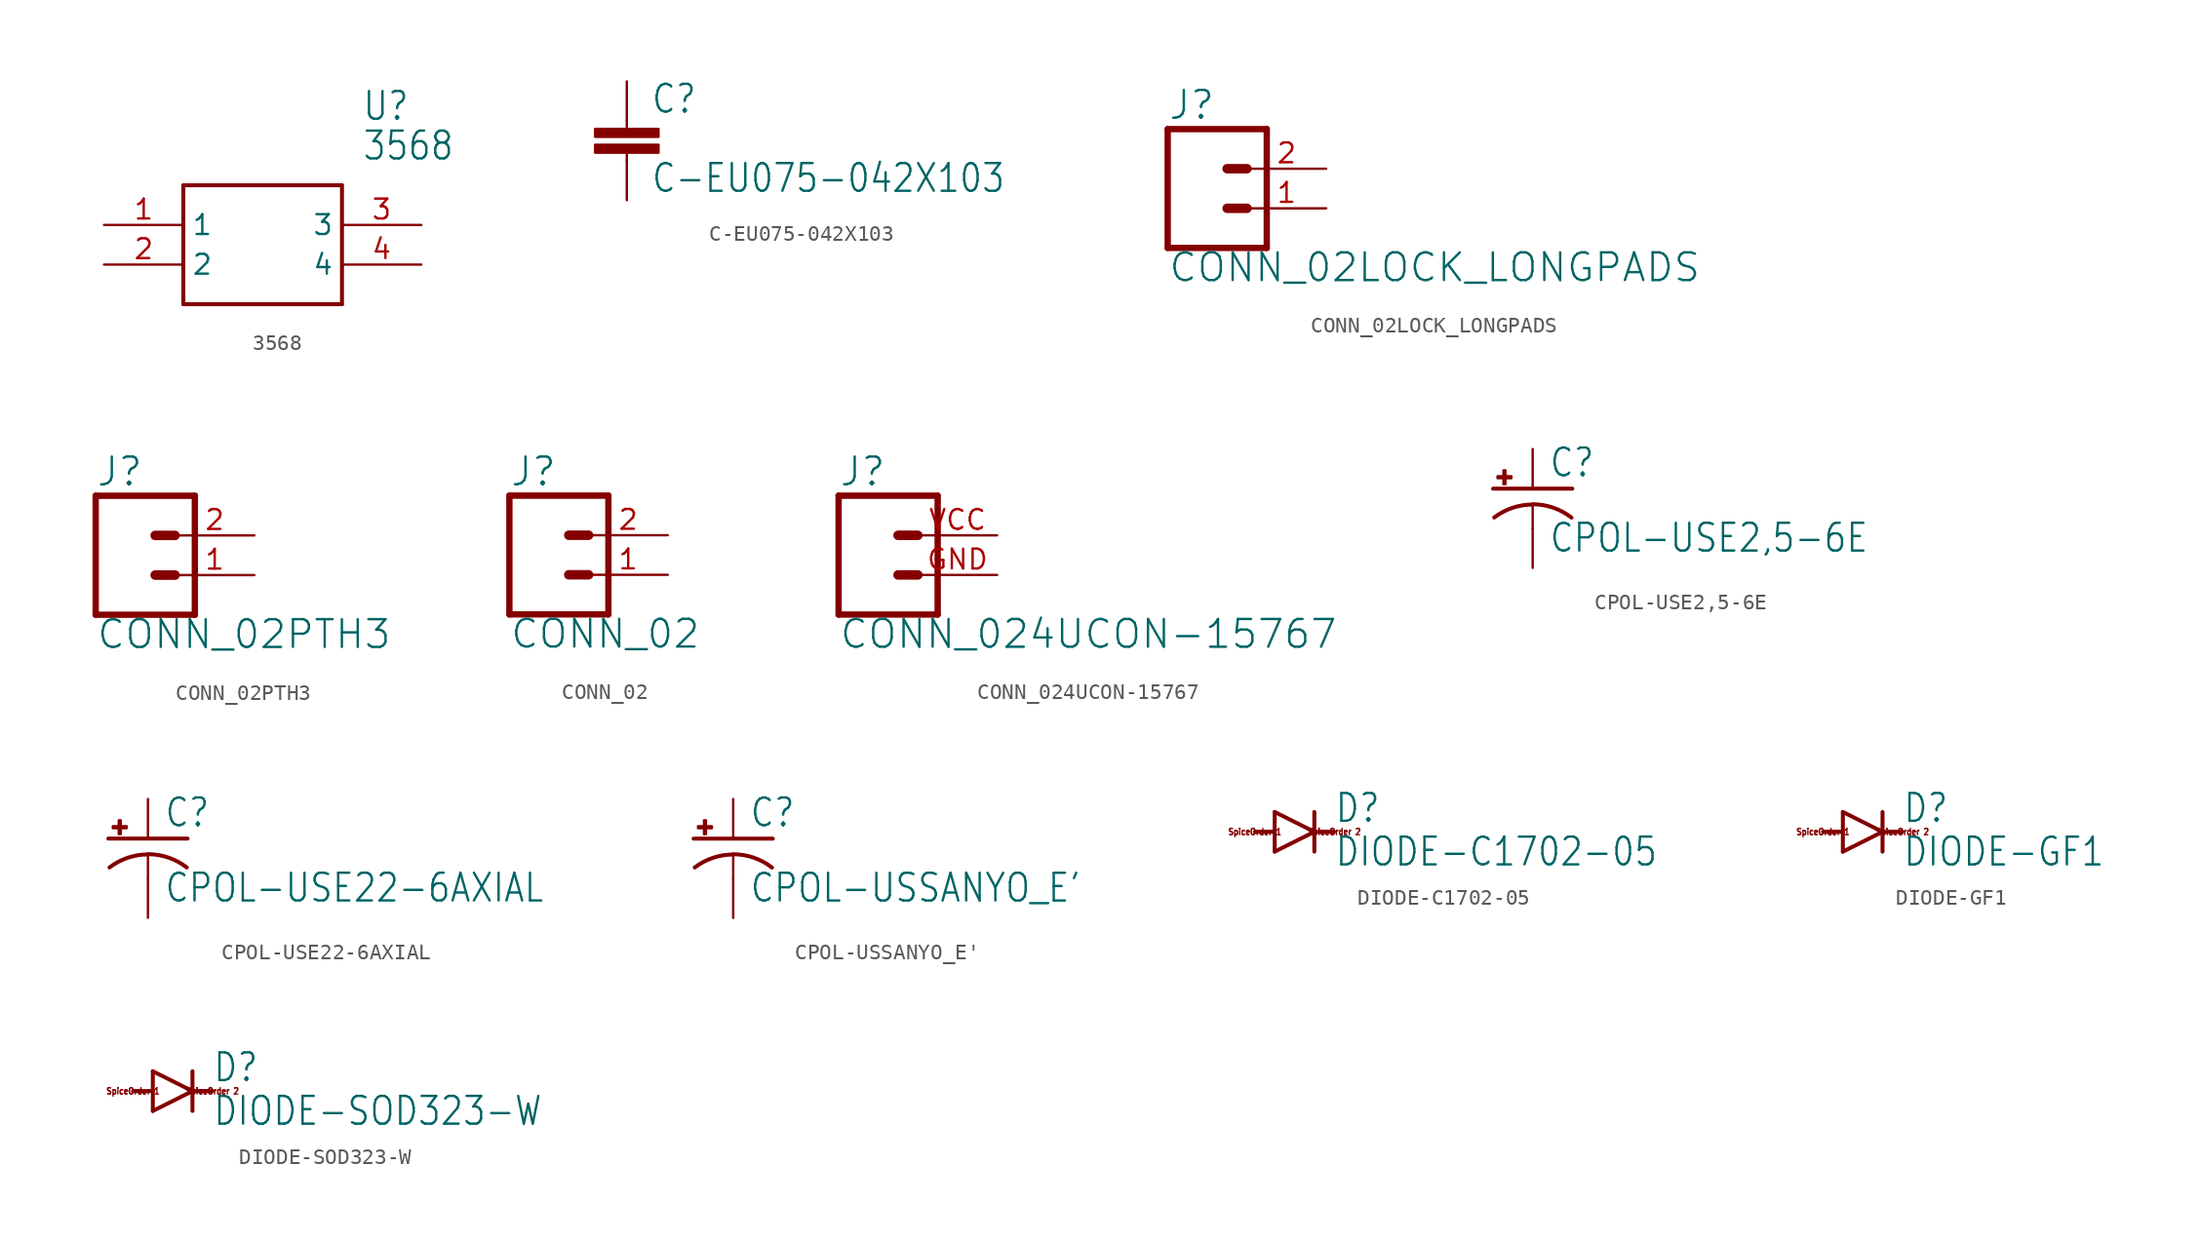
<source format=kicad_sym>
(kicad_symbol_lib
  (version 20211014)
  (generator kicad_symbol_editor)
  (symbol "3568"
    (property "Reference" "U"
      (at 16.51 7.62 0)
      (effects (font (size 1.778 1.511)) (justify left)))
    (property "Value" "3568"
      (at 16.51 5.08 0)
      (effects (font (size 1.778 1.511)) (justify left)))
    (property "ki_locked" ""
      (at 0 0 0)
      (effects (font (size 1.27 1.27))))
    (symbol "3568_1_0"
      (polyline (pts (xy 5.08 2.54) (xy 5.08 -5.08)) (stroke (width 0.254) (type default) (color 0 0 0 0)) (fill (type none)))
      (polyline (pts (xy 5.08 2.54) (xy 15.24 2.54)) (stroke (width 0.254) (type default) (color 0 0 0 0)) (fill (type none)))
      (polyline (pts (xy 15.24 -5.08) (xy 5.08 -5.08)) (stroke (width 0.254) (type default) (color 0 0 0 0)) (fill (type none)))
      (polyline (pts (xy 15.24 -5.08) (xy 15.24 2.54)) (stroke (width 0.254) (type default) (color 0 0 0 0)) (fill (type none)))
      (pin bidirectional line (at 0 0 0) (length 5.08) (name "1" (effects (font (size 1.27 1.27)))) (number "1" (effects (font (size 1.27 1.27)))))
      (pin bidirectional line (at 0 -2.54 0) (length 5.08) (name "2" (effects (font (size 1.27 1.27)))) (number "2" (effects (font (size 1.27 1.27)))))
      (pin bidirectional line (at 20.32 0 180) (length 5.08) (name "3" (effects (font (size 1.27 1.27)))) (number "3" (effects (font (size 1.27 1.27)))))
      (pin bidirectional line (at 20.32 -2.54 180) (length 5.08) (name "4" (effects (font (size 1.27 1.27)))) (number "4" (effects (font (size 1.27 1.27)))))))
  (symbol "C-EU075-042X103"
    (property "Reference" "C"
      (at 1.524 0.381 0)
      (effects (font (size 1.778 1.511)) (justify left bottom)))
    (property "Value" "C-EU075-042X103"
      (at 1.524 -4.699 0)
      (effects (font (size 1.778 1.511)) (justify left bottom)))
    (property "ki_locked" ""
      (at 0 0 0)
      (effects (font (size 1.27 1.27))))
    (symbol "C-EU075-042X103_1_0"
      (rectangle (start -2.032 -2.032) (end 2.032 -1.524) (stroke (width 0) (type default) (color 0 0 0 0)) (fill (type outline)))
      (rectangle (start -2.032 -1.016) (end 2.032 -0.508) (stroke (width 0) (type default) (color 0 0 0 0)) (fill (type outline)))
      (polyline (pts (xy 0 -2.54) (xy 0 -2.032)) (stroke (width 0.152) (type default) (color 0 0 0 0)) (fill (type none)))
      (polyline (pts (xy 0 0) (xy 0 -0.508)) (stroke (width 0.152) (type default) (color 0 0 0 0)) (fill (type none)))
      (pin passive line (at 0 2.54 270) (length 2.54) (name "1" (effects (font (size 0 0)))) (number "1" (effects (font (size 0 0)))))
      (pin passive line (at 0 -5.08 90) (length 2.54) (name "2" (effects (font (size 0 0)))) (number "2" (effects (font (size 0 0)))))))
  (symbol "CONN_02LOCK_LONGPADS"
    (property "Reference" "J"
      (at -2.54 5.588 0)
      (effects (font (size 1.778 1.778)) (justify left bottom)))
    (property "Value" "CONN_02LOCK_LONGPADS"
      (at -2.54 -4.826 0)
      (effects (font (size 1.778 1.778)) (justify left bottom)))
    (property "ki_locked" ""
      (at 0 0 0)
      (effects (font (size 1.27 1.27))))
    (symbol "CONN_02LOCK_LONGPADS_1_0"
      (polyline (pts (xy -2.54 5.08) (xy -2.54 -2.54)) (stroke (width 0.406) (type default) (color 0 0 0 0)) (fill (type none)))
      (polyline (pts (xy -2.54 5.08) (xy 3.81 5.08)) (stroke (width 0.406) (type default) (color 0 0 0 0)) (fill (type none)))
      (polyline (pts (xy 1.27 0) (xy 2.54 0)) (stroke (width 0.61) (type default) (color 0 0 0 0)) (fill (type none)))
      (polyline (pts (xy 1.27 2.54) (xy 2.54 2.54)) (stroke (width 0.61) (type default) (color 0 0 0 0)) (fill (type none)))
      (polyline (pts (xy 3.81 -2.54) (xy -2.54 -2.54)) (stroke (width 0.406) (type default) (color 0 0 0 0)) (fill (type none)))
      (polyline (pts (xy 3.81 -2.54) (xy 3.81 5.08)) (stroke (width 0.406) (type default) (color 0 0 0 0)) (fill (type none)))
      (pin passive line (at 7.62 0 180) (length 5.08) (name "1" (effects (font (size 0 0)))) (number "1" (effects (font (size 1.27 1.27)))))
      (pin passive line (at 7.62 2.54 180) (length 5.08) (name "2" (effects (font (size 0 0)))) (number "2" (effects (font (size 1.27 1.27)))))))
  (symbol "CONN_02PTH3"
    (property "Reference" "J"
      (at -2.54 5.588 0)
      (effects (font (size 1.778 1.778)) (justify left bottom)))
    (property "Value" "CONN_02PTH3"
      (at -2.54 -4.826 0)
      (effects (font (size 1.778 1.778)) (justify left bottom)))
    (property "ki_locked" ""
      (at 0 0 0)
      (effects (font (size 1.27 1.27))))
    (symbol "CONN_02PTH3_1_0"
      (polyline (pts (xy -2.54 5.08) (xy -2.54 -2.54)) (stroke (width 0.406) (type default) (color 0 0 0 0)) (fill (type none)))
      (polyline (pts (xy -2.54 5.08) (xy 3.81 5.08)) (stroke (width 0.406) (type default) (color 0 0 0 0)) (fill (type none)))
      (polyline (pts (xy 1.27 0) (xy 2.54 0)) (stroke (width 0.61) (type default) (color 0 0 0 0)) (fill (type none)))
      (polyline (pts (xy 1.27 2.54) (xy 2.54 2.54)) (stroke (width 0.61) (type default) (color 0 0 0 0)) (fill (type none)))
      (polyline (pts (xy 3.81 -2.54) (xy -2.54 -2.54)) (stroke (width 0.406) (type default) (color 0 0 0 0)) (fill (type none)))
      (polyline (pts (xy 3.81 -2.54) (xy 3.81 5.08)) (stroke (width 0.406) (type default) (color 0 0 0 0)) (fill (type none)))
      (pin passive line (at 7.62 0 180) (length 5.08) (name "1" (effects (font (size 0 0)))) (number "1" (effects (font (size 1.27 1.27)))))
      (pin passive line (at 7.62 2.54 180) (length 5.08) (name "2" (effects (font (size 0 0)))) (number "2" (effects (font (size 1.27 1.27)))))))
  (symbol "CONN_02"
    (property "Reference" "J"
      (at -2.54 5.588 0)
      (effects (font (size 1.778 1.778)) (justify left bottom)))
    (property "Value" "CONN_02"
      (at -2.54 -4.826 0)
      (effects (font (size 1.778 1.778)) (justify left bottom)))
    (property "ki_locked" ""
      (at 0 0 0)
      (effects (font (size 1.27 1.27))))
    (symbol "CONN_02_1_0"
      (polyline (pts (xy -2.54 5.08) (xy -2.54 -2.54)) (stroke (width 0.406) (type default) (color 0 0 0 0)) (fill (type none)))
      (polyline (pts (xy -2.54 5.08) (xy 3.81 5.08)) (stroke (width 0.406) (type default) (color 0 0 0 0)) (fill (type none)))
      (polyline (pts (xy 1.27 0) (xy 2.54 0)) (stroke (width 0.61) (type default) (color 0 0 0 0)) (fill (type none)))
      (polyline (pts (xy 1.27 2.54) (xy 2.54 2.54)) (stroke (width 0.61) (type default) (color 0 0 0 0)) (fill (type none)))
      (polyline (pts (xy 3.81 -2.54) (xy -2.54 -2.54)) (stroke (width 0.406) (type default) (color 0 0 0 0)) (fill (type none)))
      (polyline (pts (xy 3.81 -2.54) (xy 3.81 5.08)) (stroke (width 0.406) (type default) (color 0 0 0 0)) (fill (type none)))
      (pin passive line (at 7.62 0 180) (length 5.08) (name "1" (effects (font (size 0 0)))) (number "1" (effects (font (size 1.27 1.27)))))
      (pin passive line (at 7.62 2.54 180) (length 5.08) (name "2" (effects (font (size 0 0)))) (number "2" (effects (font (size 1.27 1.27)))))))
  (symbol "CONN_024UCON-15767"
    (property "Reference" "J"
      (at -2.54 5.588 0)
      (effects (font (size 1.778 1.778)) (justify left bottom)))
    (property "Value" "CONN_024UCON-15767"
      (at -2.54 -4.826 0)
      (effects (font (size 1.778 1.778)) (justify left bottom)))
    (property "ki_locked" ""
      (at 0 0 0)
      (effects (font (size 1.27 1.27))))
    (symbol "CONN_024UCON-15767_1_0"
      (polyline (pts (xy -2.54 5.08) (xy -2.54 -2.54)) (stroke (width 0.406) (type default) (color 0 0 0 0)) (fill (type none)))
      (polyline (pts (xy -2.54 5.08) (xy 3.81 5.08)) (stroke (width 0.406) (type default) (color 0 0 0 0)) (fill (type none)))
      (polyline (pts (xy 1.27 0) (xy 2.54 0)) (stroke (width 0.61) (type default) (color 0 0 0 0)) (fill (type none)))
      (polyline (pts (xy 1.27 2.54) (xy 2.54 2.54)) (stroke (width 0.61) (type default) (color 0 0 0 0)) (fill (type none)))
      (polyline (pts (xy 3.81 -2.54) (xy -2.54 -2.54)) (stroke (width 0.406) (type default) (color 0 0 0 0)) (fill (type none)))
      (polyline (pts (xy 3.81 -2.54) (xy 3.81 5.08)) (stroke (width 0.406) (type default) (color 0 0 0 0)) (fill (type none)))
      (pin passive line (at 7.62 0 180) (length 5.08) (name "1" (effects (font (size 0 0)))) (number "GND" (effects (font (size 1.27 1.27)))))
      (pin passive line (at 7.62 2.54 180) (length 5.08) (name "2" (effects (font (size 0 0)))) (number "VCC" (effects (font (size 1.27 1.27)))))))
  (symbol "CPOL-USE2,5-6E"
    (property "Reference" "C"
      (at 1.016 0.635 0)
      (effects (font (size 1.778 1.511)) (justify left bottom)))
    (property "Value" "CPOL-USE2,5-6E"
      (at 1.016 -4.191 0)
      (effects (font (size 1.778 1.511)) (justify left bottom)))
    (property "ki_locked" ""
      (at 0 0 0)
      (effects (font (size 1.27 1.27))))
    (symbol "CPOL-USE2,5-6E_1_0"
      (rectangle (start -2.253 0.668) (end -1.364 0.795) (stroke (width 0) (type default) (color 0 0 0 0)) (fill (type outline)))
      (rectangle (start -1.872 0.287) (end -1.745 1.176) (stroke (width 0) (type default) (color 0 0 0 0)) (fill (type outline)))
      (arc (start 0 -1.0161) (mid -1.3021 -1.2302) (end -2.4669 -1.8504) (stroke (width 0.254) (type default) (color 0 0 0 0)) (fill (type none)))
      (polyline (pts (xy -2.54 0) (xy 2.54 0)) (stroke (width 0.254) (type default) (color 0 0 0 0)) (fill (type none)))
      (polyline (pts (xy 0 -1.016) (xy 0 -2.54)) (stroke (width 0.152) (type default) (color 0 0 0 0)) (fill (type none)))
      (arc (start 2.4892 -1.8542) (mid 1.3158 -1.2195) (end 0 -1) (stroke (width 0.254) (type default) (color 0 0 0 0)) (fill (type none)))
      (pin passive line (at 0 2.54 270) (length 2.54) (name "+" (effects (font (size 0 0)))) (number "+" (effects (font (size 0 0)))))
      (pin passive line (at 0 -5.08 90) (length 2.54) (name "-" (effects (font (size 0 0)))) (number "-" (effects (font (size 0 0)))))))
  (symbol "CPOL-USE22-6AXIAL"
    (property "Reference" "C"
      (at 1.016 0.635 0)
      (effects (font (size 1.778 1.511)) (justify left bottom)))
    (property "Value" "CPOL-USE22-6AXIAL"
      (at 1.016 -4.191 0)
      (effects (font (size 1.778 1.511)) (justify left bottom)))
    (property "ki_locked" ""
      (at 0 0 0)
      (effects (font (size 1.27 1.27))))
    (symbol "CPOL-USE22-6AXIAL_1_0"
      (rectangle (start -2.253 0.668) (end -1.364 0.795) (stroke (width 0) (type default) (color 0 0 0 0)) (fill (type outline)))
      (rectangle (start -1.872 0.287) (end -1.745 1.176) (stroke (width 0) (type default) (color 0 0 0 0)) (fill (type outline)))
      (arc (start 0 -1.0161) (mid -1.3021 -1.2302) (end -2.4669 -1.8504) (stroke (width 0.254) (type default) (color 0 0 0 0)) (fill (type none)))
      (polyline (pts (xy -2.54 0) (xy 2.54 0)) (stroke (width 0.254) (type default) (color 0 0 0 0)) (fill (type none)))
      (polyline (pts (xy 0 -1.016) (xy 0 -2.54)) (stroke (width 0.152) (type default) (color 0 0 0 0)) (fill (type none)))
      (arc (start 2.4892 -1.8542) (mid 1.3158 -1.2195) (end 0 -1) (stroke (width 0.254) (type default) (color 0 0 0 0)) (fill (type none)))
      (pin passive line (at 0 2.54 270) (length 2.54) (name "+" (effects (font (size 0 0)))) (number "+" (effects (font (size 0 0)))))
      (pin passive line (at 0 -5.08 90) (length 2.54) (name "-" (effects (font (size 0 0)))) (number "-" (effects (font (size 0 0)))))))
  (symbol "CPOL-USSANYO_E'"
    (property "Reference" "C"
      (at 1.016 0.635 0)
      (effects (font (size 1.778 1.511)) (justify left bottom)))
    (property "Value" "CPOL-USSANYO_E'"
      (at 1.016 -4.191 0)
      (effects (font (size 1.778 1.511)) (justify left bottom)))
    (property "ki_locked" ""
      (at 0 0 0)
      (effects (font (size 1.27 1.27))))
    (symbol "CPOL-USSANYO_E'_1_0"
      (rectangle (start -2.253 0.668) (end -1.364 0.795) (stroke (width 0) (type default) (color 0 0 0 0)) (fill (type outline)))
      (rectangle (start -1.872 0.287) (end -1.745 1.176) (stroke (width 0) (type default) (color 0 0 0 0)) (fill (type outline)))
      (arc (start 0 -1.0161) (mid -1.3021 -1.2302) (end -2.4669 -1.8504) (stroke (width 0.254) (type default) (color 0 0 0 0)) (fill (type none)))
      (polyline (pts (xy -2.54 0) (xy 2.54 0)) (stroke (width 0.254) (type default) (color 0 0 0 0)) (fill (type none)))
      (polyline (pts (xy 0 -1.016) (xy 0 -2.54)) (stroke (width 0.152) (type default) (color 0 0 0 0)) (fill (type none)))
      (arc (start 2.4892 -1.8542) (mid 1.3158 -1.2195) (end 0 -1) (stroke (width 0.254) (type default) (color 0 0 0 0)) (fill (type none)))
      (pin passive line (at 0 2.54 270) (length 2.54) (name "+" (effects (font (size 0 0)))) (number "+" (effects (font (size 0 0)))))
      (pin passive line (at 0 -5.08 90) (length 2.54) (name "-" (effects (font (size 0 0)))) (number "-" (effects (font (size 0 0)))))))
  (symbol "DIODE-C1702-05"
    (property "Reference" "D"
      (at 2.54 0.483 0)
      (effects (font (size 1.778 1.511)) (justify left bottom)))
    (property "Value" "DIODE-C1702-05"
      (at 2.54 -2.311 0)
      (effects (font (size 1.778 1.511)) (justify left bottom)))
    (property "ki_locked" ""
      (at 0 0 0)
      (effects (font (size 1.27 1.27))))
    (symbol "DIODE-C1702-05_1_0"
      (polyline (pts (xy -1.27 -1.27) (xy 1.27 0)) (stroke (width 0.254) (type default) (color 0 0 0 0)) (fill (type none)))
      (polyline (pts (xy -1.27 0) (xy -2.54 0)) (stroke (width 0.254) (type default) (color 0 0 0 0)) (fill (type none)))
      (polyline (pts (xy -1.27 0) (xy -1.27 -1.27)) (stroke (width 0.254) (type default) (color 0 0 0 0)) (fill (type none)))
      (polyline (pts (xy -1.27 1.27) (xy -1.27 0)) (stroke (width 0.254) (type default) (color 0 0 0 0)) (fill (type none)))
      (polyline (pts (xy 1.27 0) (xy -1.27 1.27)) (stroke (width 0.254) (type default) (color 0 0 0 0)) (fill (type none)))
      (polyline (pts (xy 1.27 0) (xy 1.27 -1.27)) (stroke (width 0.254) (type default) (color 0 0 0 0)) (fill (type none)))
      (polyline (pts (xy 1.27 1.27) (xy 1.27 0)) (stroke (width 0.254) (type default) (color 0 0 0 0)) (fill (type none)))
      (polyline (pts (xy 2.54 0) (xy 1.27 0)) (stroke (width 0.254) (type default) (color 0 0 0 0)) (fill (type none)))
      (text "SpiceOrder 1" (at -2.54 0 0) (effects (font (size 0.406 0.345))))
      (text "SpiceOrder 2" (at 2.54 0 0) (effects (font (size 0.406 0.345))))
      (pin passive line (at -2.54 0 0) (length 0) (name "A" (effects (font (size 0 0)))) (number "A" (effects (font (size 0 0)))))
      (pin passive line (at 2.54 0 180) (length 0) (name "C" (effects (font (size 0 0)))) (number "C" (effects (font (size 0 0)))))))
  (symbol "DIODE-GF1"
    (property "Reference" "D"
      (at 2.54 0.483 0)
      (effects (font (size 1.778 1.511)) (justify left bottom)))
    (property "Value" "DIODE-GF1"
      (at 2.54 -2.311 0)
      (effects (font (size 1.778 1.511)) (justify left bottom)))
    (property "ki_locked" ""
      (at 0 0 0)
      (effects (font (size 1.27 1.27))))
    (symbol "DIODE-GF1_1_0"
      (polyline (pts (xy -1.27 -1.27) (xy 1.27 0)) (stroke (width 0.254) (type default) (color 0 0 0 0)) (fill (type none)))
      (polyline (pts (xy -1.27 0) (xy -2.54 0)) (stroke (width 0.254) (type default) (color 0 0 0 0)) (fill (type none)))
      (polyline (pts (xy -1.27 0) (xy -1.27 -1.27)) (stroke (width 0.254) (type default) (color 0 0 0 0)) (fill (type none)))
      (polyline (pts (xy -1.27 1.27) (xy -1.27 0)) (stroke (width 0.254) (type default) (color 0 0 0 0)) (fill (type none)))
      (polyline (pts (xy 1.27 0) (xy -1.27 1.27)) (stroke (width 0.254) (type default) (color 0 0 0 0)) (fill (type none)))
      (polyline (pts (xy 1.27 0) (xy 1.27 -1.27)) (stroke (width 0.254) (type default) (color 0 0 0 0)) (fill (type none)))
      (polyline (pts (xy 1.27 1.27) (xy 1.27 0)) (stroke (width 0.254) (type default) (color 0 0 0 0)) (fill (type none)))
      (polyline (pts (xy 2.54 0) (xy 1.27 0)) (stroke (width 0.254) (type default) (color 0 0 0 0)) (fill (type none)))
      (text "SpiceOrder 1" (at -2.54 0 0) (effects (font (size 0.406 0.345))))
      (text "SpiceOrder 2" (at 2.54 0 0) (effects (font (size 0.406 0.345))))
      (pin passive line (at -2.54 0 0) (length 0) (name "A" (effects (font (size 0 0)))) (number "A" (effects (font (size 0 0)))))
      (pin passive line (at 2.54 0 180) (length 0) (name "C" (effects (font (size 0 0)))) (number "C" (effects (font (size 0 0)))))))
  (symbol "DIODE-SOD323-W"
    (property "Reference" "D"
      (at 2.54 0.483 0)
      (effects (font (size 1.778 1.511)) (justify left bottom)))
    (property "Value" "DIODE-SOD323-W"
      (at 2.54 -2.311 0)
      (effects (font (size 1.778 1.511)) (justify left bottom)))
    (property "ki_locked" ""
      (at 0 0 0)
      (effects (font (size 1.27 1.27))))
    (symbol "DIODE-SOD323-W_1_0"
      (polyline (pts (xy -1.27 -1.27) (xy 1.27 0)) (stroke (width 0.254) (type default) (color 0 0 0 0)) (fill (type none)))
      (polyline (pts (xy -1.27 0) (xy -2.54 0)) (stroke (width 0.254) (type default) (color 0 0 0 0)) (fill (type none)))
      (polyline (pts (xy -1.27 0) (xy -1.27 -1.27)) (stroke (width 0.254) (type default) (color 0 0 0 0)) (fill (type none)))
      (polyline (pts (xy -1.27 1.27) (xy -1.27 0)) (stroke (width 0.254) (type default) (color 0 0 0 0)) (fill (type none)))
      (polyline (pts (xy 1.27 0) (xy -1.27 1.27)) (stroke (width 0.254) (type default) (color 0 0 0 0)) (fill (type none)))
      (polyline (pts (xy 1.27 0) (xy 1.27 -1.27)) (stroke (width 0.254) (type default) (color 0 0 0 0)) (fill (type none)))
      (polyline (pts (xy 1.27 1.27) (xy 1.27 0)) (stroke (width 0.254) (type default) (color 0 0 0 0)) (fill (type none)))
      (polyline (pts (xy 2.54 0) (xy 1.27 0)) (stroke (width 0.254) (type default) (color 0 0 0 0)) (fill (type none)))
      (text "SpiceOrder 1" (at -2.54 0 0) (effects (font (size 0.406 0.345))))
      (text "SpiceOrder 2" (at 2.54 0 0) (effects (font (size 0.406 0.345))))
      (pin passive line (at -2.54 0 0) (length 0) (name "A" (effects (font (size 0 0)))) (number "A" (effects (font (size 0 0)))))
      (pin passive line (at 2.54 0 180) (length 0) (name "C" (effects (font (size 0 0)))) (number "C" (effects (font (size 0 0))))))))
</source>
